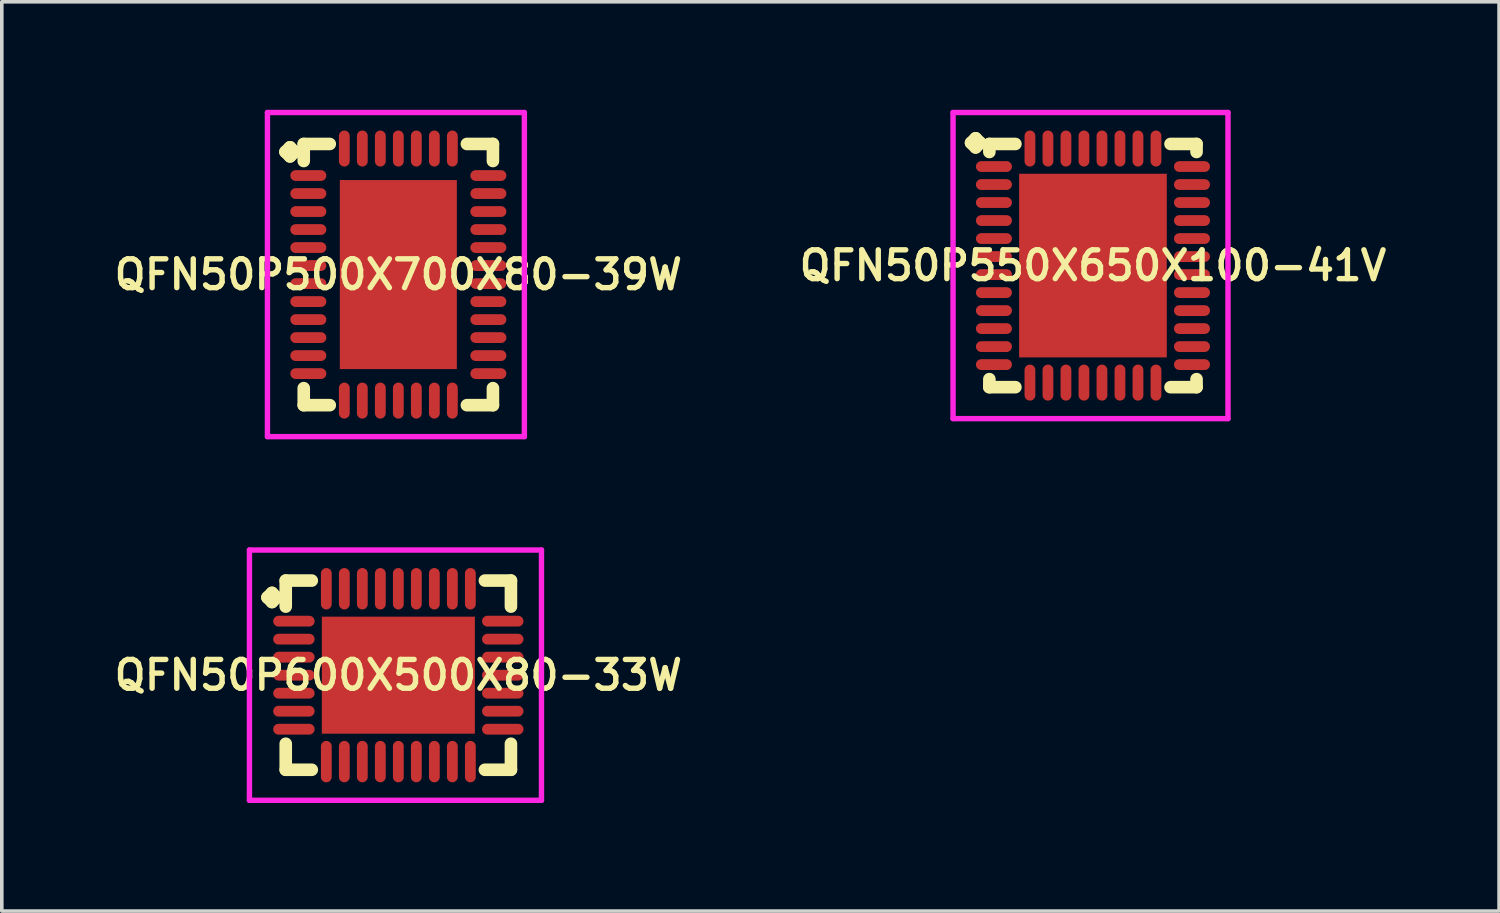
<source format=kicad_pcb>
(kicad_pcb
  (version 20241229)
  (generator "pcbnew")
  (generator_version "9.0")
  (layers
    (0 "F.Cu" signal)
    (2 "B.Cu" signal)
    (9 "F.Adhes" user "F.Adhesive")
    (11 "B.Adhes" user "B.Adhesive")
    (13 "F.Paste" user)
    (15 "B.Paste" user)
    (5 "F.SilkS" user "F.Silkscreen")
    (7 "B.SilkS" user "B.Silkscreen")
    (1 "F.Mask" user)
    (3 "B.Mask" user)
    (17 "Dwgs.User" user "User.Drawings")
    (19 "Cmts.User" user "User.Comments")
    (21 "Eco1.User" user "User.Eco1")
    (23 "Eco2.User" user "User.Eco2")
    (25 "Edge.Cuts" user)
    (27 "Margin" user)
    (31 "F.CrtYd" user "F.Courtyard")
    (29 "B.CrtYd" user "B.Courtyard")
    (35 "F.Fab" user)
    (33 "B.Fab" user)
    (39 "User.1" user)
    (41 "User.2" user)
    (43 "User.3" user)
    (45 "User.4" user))
  (footprint "QFN50P550X650X100-41V"
    (layer "F.Cu")
    (at 27.302 4.325)
    (property "Reference" "QFN50P550X650X100-41V" (at 0 0 0) (layer "F.SilkS") (effects (font (size 0.8 0.8) (thickness 0.15))))
    (attr smd)
    (fp_line (start -3.385 -3.408) (end -3.258 -3.535) (stroke (width 0.35) (type solid)) (layer "F.SilkS"))
    (fp_line (start -3.258 -3.535) (end -3.131 -3.408) (stroke (width 0.35) (type solid)) (layer "F.SilkS"))
    (fp_line (start -3.258 -3.281) (end -3.385 -3.408) (stroke (width 0.35) (type solid)) (layer "F.SilkS"))
    (fp_line (start -3.131 -3.408) (end -3.258 -3.281) (stroke (width 0.35) (type solid)) (layer "F.SilkS"))
    (fp_line (start -2.877 -3.377) (end -2.154 -3.377) (stroke (width 0.35) (type solid)) (layer "F.SilkS"))
    (fp_line (start -2.877 -3.154) (end -2.877 -3.377) (stroke (width 0.35) (type solid)) (layer "F.SilkS"))
    (fp_line (start -2.877 3.154) (end -2.877 3.377) (stroke (width 0.35) (type solid)) (layer "F.SilkS"))
    (fp_line (start -2.877 3.377) (end -2.154 3.377) (stroke (width 0.35) (type solid)) (layer "F.SilkS"))
    (fp_line (start 2.154 -3.377) (end 2.877 -3.377) (stroke (width 0.35) (type solid)) (layer "F.SilkS"))
    (fp_line (start 2.154 3.377) (end 2.877 3.377) (stroke (width 0.35) (type solid)) (layer "F.SilkS"))
    (fp_line (start 2.877 -3.377) (end 2.877 -3.154) (stroke (width 0.35) (type solid)) (layer "F.SilkS"))
    (fp_line (start 2.877 3.377) (end 2.877 3.154) (stroke (width 0.35) (type solid)) (layer "F.SilkS"))
    (fp_line (start -3.885 -4.25) (end 3.75 -4.25) (stroke (width 0.15) (type solid)) (layer "F.CrtYd"))
    (fp_line (start -3.885 4.25) (end -3.885 -4.25) (stroke (width 0.15) (type solid)) (layer "F.CrtYd"))
    (fp_line (start 3.75 -4.25) (end 3.75 4.25) (stroke (width 0.15) (type solid)) (layer "F.CrtYd"))
    (fp_line (start 3.75 4.25) (end -3.885 4.25) (stroke (width 0.15) (type solid)) (layer "F.CrtYd"))
    (pad "1" smd oval (at -2.75 -2.75) (size 1 0.3) (layers "F.Cu" "F.Mask" "F.Paste"))
    (pad "2" smd oval (at -2.75 -2.25) (size 1 0.3) (layers "F.Cu" "F.Mask" "F.Paste"))
    (pad "3" smd oval (at -2.75 -1.75) (size 1 0.3) (layers "F.Cu" "F.Mask" "F.Paste"))
    (pad "4" smd oval (at -2.75 -1.25) (size 1 0.3) (layers "F.Cu" "F.Mask" "F.Paste"))
    (pad "5" smd oval (at -2.75 -0.75) (size 1 0.3) (layers "F.Cu" "F.Mask" "F.Paste"))
    (pad "6" smd oval (at -2.75 -0.25) (size 1 0.3) (layers "F.Cu" "F.Mask" "F.Paste"))
    (pad "7" smd oval (at -2.75 0.25) (size 1 0.3) (layers "F.Cu" "F.Mask" "F.Paste"))
    (pad "8" smd oval (at -2.75 0.75) (size 1 0.3) (layers "F.Cu" "F.Mask" "F.Paste"))
    (pad "9" smd oval (at -2.75 1.25) (size 1 0.3) (layers "F.Cu" "F.Mask" "F.Paste"))
    (pad "10" smd oval (at -2.75 1.75) (size 1 0.3) (layers "F.Cu" "F.Mask" "F.Paste"))
    (pad "11" smd oval (at -2.75 2.25) (size 1 0.3) (layers "F.Cu" "F.Mask" "F.Paste"))
    (pad "12" smd oval (at -2.75 2.75) (size 1 0.3) (layers "F.Cu" "F.Mask" "F.Paste"))
    (pad "13" smd oval (at -1.75 3.25) (size 0.3 1) (layers "F.Cu" "F.Mask" "F.Paste"))
    (pad "14" smd oval (at -1.25 3.25) (size 0.3 1) (layers "F.Cu" "F.Mask" "F.Paste"))
    (pad "15" smd oval (at -0.75 3.25) (size 0.3 1) (layers "F.Cu" "F.Mask" "F.Paste"))
    (pad "16" smd oval (at -0.25 3.25) (size 0.3 1) (layers "F.Cu" "F.Mask" "F.Paste"))
    (pad "17" smd oval (at 0.25 3.25) (size 0.3 1) (layers "F.Cu" "F.Mask" "F.Paste"))
    (pad "18" smd oval (at 0.75 3.25) (size 0.3 1) (layers "F.Cu" "F.Mask" "F.Paste"))
    (pad "19" smd oval (at 1.25 3.25) (size 0.3 1) (layers "F.Cu" "F.Mask" "F.Paste"))
    (pad "20" smd oval (at 1.75 3.25) (size 0.3 1) (layers "F.Cu" "F.Mask" "F.Paste"))
    (pad "21" smd oval (at 2.75 2.75) (size 1 0.3) (layers "F.Cu" "F.Mask" "F.Paste"))
    (pad "22" smd oval (at 2.75 2.25) (size 1 0.3) (layers "F.Cu" "F.Mask" "F.Paste"))
    (pad "23" smd oval (at 2.75 1.75) (size 1 0.3) (layers "F.Cu" "F.Mask" "F.Paste"))
    (pad "24" smd oval (at 2.75 1.25) (size 1 0.3) (layers "F.Cu" "F.Mask" "F.Paste"))
    (pad "25" smd oval (at 2.75 0.75) (size 1 0.3) (layers "F.Cu" "F.Mask" "F.Paste"))
    (pad "26" smd oval (at 2.75 0.25) (size 1 0.3) (layers "F.Cu" "F.Mask" "F.Paste"))
    (pad "27" smd oval (at 2.75 -0.25) (size 1 0.3) (layers "F.Cu" "F.Mask" "F.Paste"))
    (pad "28" smd oval (at 2.75 -0.75) (size 1 0.3) (layers "F.Cu" "F.Mask" "F.Paste"))
    (pad "29" smd oval (at 2.75 -1.25) (size 1 0.3) (layers "F.Cu" "F.Mask" "F.Paste"))
    (pad "30" smd oval (at 2.75 -1.75) (size 1 0.3) (layers "F.Cu" "F.Mask" "F.Paste"))
    (pad "31" smd oval (at 2.75 -2.25) (size 1 0.3) (layers "F.Cu" "F.Mask" "F.Paste"))
    (pad "32" smd oval (at 2.75 -2.75) (size 1 0.3) (layers "F.Cu" "F.Mask" "F.Paste"))
    (pad "33" smd oval (at 1.75 -3.25) (size 0.3 1) (layers "F.Cu" "F.Mask" "F.Paste"))
    (pad "34" smd oval (at 1.25 -3.25) (size 0.3 1) (layers "F.Cu" "F.Mask" "F.Paste"))
    (pad "35" smd oval (at 0.75 -3.25) (size 0.3 1) (layers "F.Cu" "F.Mask" "F.Paste"))
    (pad "36" smd oval (at 0.25 -3.25) (size 0.3 1) (layers "F.Cu" "F.Mask" "F.Paste"))
    (pad "37" smd oval (at -0.25 -3.25) (size 0.3 1) (layers "F.Cu" "F.Mask" "F.Paste"))
    (pad "38" smd oval (at -0.75 -3.25) (size 0.3 1) (layers "F.Cu" "F.Mask" "F.Paste"))
    (pad "39" smd oval (at -1.25 -3.25) (size 0.3 1) (layers "F.Cu" "F.Mask" "F.Paste"))
    (pad "40" smd oval (at -1.75 -3.25) (size 0.3 1) (layers "F.Cu" "F.Mask" "F.Paste"))
    (pad "41" smd rect (at 0 0) (size 4.1 5.1) (layers "F.Cu" "F.Mask" "F.Paste")))
  (footprint "QFN50P500X700X80-39W"
    (layer "F.Cu")
    (at 8.012 4.575)
    (property "Reference" "QFN50P500X700X80-39W" (at 0 0 0) (layer "F.SilkS") (effects (font (size 0.8 0.8) (thickness 0.15))))
    (attr smd)
    (fp_line (start -3.135 -3.408) (end -3.008 -3.535) (stroke (width 0.35) (type solid)) (layer "F.SilkS"))
    (fp_line (start -3.008 -3.535) (end -2.881 -3.408) (stroke (width 0.35) (type solid)) (layer "F.SilkS"))
    (fp_line (start -3.008 -3.281) (end -3.135 -3.408) (stroke (width 0.35) (type solid)) (layer "F.SilkS"))
    (fp_line (start -2.881 -3.408) (end -3.008 -3.281) (stroke (width 0.35) (type solid)) (layer "F.SilkS"))
    (fp_line (start -2.627 -3.627) (end -1.904 -3.627) (stroke (width 0.35) (type solid)) (layer "F.SilkS"))
    (fp_line (start -2.627 -3.154) (end -2.627 -3.627) (stroke (width 0.35) (type solid)) (layer "F.SilkS"))
    (fp_line (start -2.627 3.154) (end -2.627 3.627) (stroke (width 0.35) (type solid)) (layer "F.SilkS"))
    (fp_line (start -2.627 3.627) (end -1.904 3.627) (stroke (width 0.35) (type solid)) (layer "F.SilkS"))
    (fp_line (start 1.904 -3.627) (end 2.627 -3.627) (stroke (width 0.35) (type solid)) (layer "F.SilkS"))
    (fp_line (start 1.904 3.627) (end 2.627 3.627) (stroke (width 0.35) (type solid)) (layer "F.SilkS"))
    (fp_line (start 2.627 -3.627) (end 2.627 -3.154) (stroke (width 0.35) (type solid)) (layer "F.SilkS"))
    (fp_line (start 2.627 3.627) (end 2.627 3.154) (stroke (width 0.35) (type solid)) (layer "F.SilkS"))
    (fp_line (start -3.635 -4.5) (end 3.5 -4.5) (stroke (width 0.15) (type solid)) (layer "F.CrtYd"))
    (fp_line (start -3.635 4.5) (end -3.635 -4.5) (stroke (width 0.15) (type solid)) (layer "F.CrtYd"))
    (fp_line (start 3.5 -4.5) (end 3.5 4.5) (stroke (width 0.15) (type solid)) (layer "F.CrtYd"))
    (fp_line (start 3.5 4.5) (end -3.635 4.5) (stroke (width 0.15) (type solid)) (layer "F.CrtYd"))
    (pad "1" smd oval (at -2.5 -2.75) (size 1 0.3) (layers "F.Cu" "F.Mask" "F.Paste"))
    (pad "2" smd oval (at -2.5 -2.25) (size 1 0.3) (layers "F.Cu" "F.Mask" "F.Paste"))
    (pad "3" smd oval (at -2.5 -1.75) (size 1 0.3) (layers "F.Cu" "F.Mask" "F.Paste"))
    (pad "4" smd oval (at -2.5 -1.25) (size 1 0.3) (layers "F.Cu" "F.Mask" "F.Paste"))
    (pad "5" smd oval (at -2.5 -0.75) (size 1 0.3) (layers "F.Cu" "F.Mask" "F.Paste"))
    (pad "6" smd oval (at -2.5 -0.25) (size 1 0.3) (layers "F.Cu" "F.Mask" "F.Paste"))
    (pad "7" smd oval (at -2.5 0.25) (size 1 0.3) (layers "F.Cu" "F.Mask" "F.Paste"))
    (pad "8" smd oval (at -2.5 0.75) (size 1 0.3) (layers "F.Cu" "F.Mask" "F.Paste"))
    (pad "9" smd oval (at -2.5 1.25) (size 1 0.3) (layers "F.Cu" "F.Mask" "F.Paste"))
    (pad "10" smd oval (at -2.5 1.75) (size 1 0.3) (layers "F.Cu" "F.Mask" "F.Paste"))
    (pad "11" smd oval (at -2.5 2.25) (size 1 0.3) (layers "F.Cu" "F.Mask" "F.Paste"))
    (pad "12" smd oval (at -2.5 2.75) (size 1 0.3) (layers "F.Cu" "F.Mask" "F.Paste"))
    (pad "13" smd oval (at -1.5 3.5) (size 0.3 1) (layers "F.Cu" "F.Mask" "F.Paste"))
    (pad "14" smd oval (at -1 3.5) (size 0.3 1) (layers "F.Cu" "F.Mask" "F.Paste"))
    (pad "15" smd oval (at -0.5 3.5) (size 0.3 1) (layers "F.Cu" "F.Mask" "F.Paste"))
    (pad "16" smd oval (at 0 3.5) (size 0.3 1) (layers "F.Cu" "F.Mask" "F.Paste"))
    (pad "17" smd oval (at 0.5 3.5) (size 0.3 1) (layers "F.Cu" "F.Mask" "F.Paste"))
    (pad "18" smd oval (at 1 3.5) (size 0.3 1) (layers "F.Cu" "F.Mask" "F.Paste"))
    (pad "19" smd oval (at 1.5 3.5) (size 0.3 1) (layers "F.Cu" "F.Mask" "F.Paste"))
    (pad "20" smd oval (at 2.5 2.75) (size 1 0.3) (layers "F.Cu" "F.Mask" "F.Paste"))
    (pad "21" smd oval (at 2.5 2.25) (size 1 0.3) (layers "F.Cu" "F.Mask" "F.Paste"))
    (pad "22" smd oval (at 2.5 1.75) (size 1 0.3) (layers "F.Cu" "F.Mask" "F.Paste"))
    (pad "23" smd oval (at 2.5 1.25) (size 1 0.3) (layers "F.Cu" "F.Mask" "F.Paste"))
    (pad "24" smd oval (at 2.5 0.75) (size 1 0.3) (layers "F.Cu" "F.Mask" "F.Paste"))
    (pad "25" smd oval (at 2.5 0.25) (size 1 0.3) (layers "F.Cu" "F.Mask" "F.Paste"))
    (pad "26" smd oval (at 2.5 -0.25) (size 1 0.3) (layers "F.Cu" "F.Mask" "F.Paste"))
    (pad "27" smd oval (at 2.5 -0.75) (size 1 0.3) (layers "F.Cu" "F.Mask" "F.Paste"))
    (pad "28" smd oval (at 2.5 -1.25) (size 1 0.3) (layers "F.Cu" "F.Mask" "F.Paste"))
    (pad "29" smd oval (at 2.5 -1.75) (size 1 0.3) (layers "F.Cu" "F.Mask" "F.Paste"))
    (pad "30" smd oval (at 2.5 -2.25) (size 1 0.3) (layers "F.Cu" "F.Mask" "F.Paste"))
    (pad "31" smd oval (at 2.5 -2.75) (size 1 0.3) (layers "F.Cu" "F.Mask" "F.Paste"))
    (pad "32" smd oval (at 1.5 -3.5) (size 0.3 1) (layers "F.Cu" "F.Mask" "F.Paste"))
    (pad "33" smd oval (at 1 -3.5) (size 0.3 1) (layers "F.Cu" "F.Mask" "F.Paste"))
    (pad "34" smd oval (at 0.5 -3.5) (size 0.3 1) (layers "F.Cu" "F.Mask" "F.Paste"))
    (pad "35" smd oval (at 0 -3.5) (size 0.3 1) (layers "F.Cu" "F.Mask" "F.Paste"))
    (pad "36" smd oval (at -0.5 -3.5) (size 0.3 1) (layers "F.Cu" "F.Mask" "F.Paste"))
    (pad "37" smd oval (at -1 -3.5) (size 0.3 1) (layers "F.Cu" "F.Mask" "F.Paste"))
    (pad "38" smd oval (at -1.5 -3.5) (size 0.3 1) (layers "F.Cu" "F.Mask" "F.Paste"))
    (pad "39" smd rect (at 0 0) (size 3.25 5.25) (layers "F.Cu" "F.Mask" "F.Paste")))
  (footprint "QFN50P600X500X80-33W"
    (layer "F.Cu")
    (at 8.012 15.7)
    (property "Reference" "QFN50P600X500X80-33W" (at 0 0 0) (layer "F.SilkS") (effects (font (size 0.8 0.8) (thickness 0.15))))
    (attr smd)
    (fp_line (start -3.635 -2.158) (end -3.508 -2.285) (stroke (width 0.35) (type solid)) (layer "F.SilkS"))
    (fp_line (start -3.508 -2.285) (end -3.381 -2.158) (stroke (width 0.35) (type solid)) (layer "F.SilkS"))
    (fp_line (start -3.508 -2.031) (end -3.635 -2.158) (stroke (width 0.35) (type solid)) (layer "F.SilkS"))
    (fp_line (start -3.381 -2.158) (end -3.508 -2.031) (stroke (width 0.35) (type solid)) (layer "F.SilkS"))
    (fp_line (start -3.127 -2.627) (end -2.404 -2.627) (stroke (width 0.35) (type solid)) (layer "F.SilkS"))
    (fp_line (start -3.127 -1.904) (end -3.127 -2.627) (stroke (width 0.35) (type solid)) (layer "F.SilkS"))
    (fp_line (start -3.127 1.904) (end -3.127 2.627) (stroke (width 0.35) (type solid)) (layer "F.SilkS"))
    (fp_line (start -3.127 2.627) (end -2.404 2.627) (stroke (width 0.35) (type solid)) (layer "F.SilkS"))
    (fp_line (start 2.404 -2.627) (end 3.127 -2.627) (stroke (width 0.35) (type solid)) (layer "F.SilkS"))
    (fp_line (start 2.404 2.627) (end 3.127 2.627) (stroke (width 0.35) (type solid)) (layer "F.SilkS"))
    (fp_line (start 3.127 -2.627) (end 3.127 -1.904) (stroke (width 0.35) (type solid)) (layer "F.SilkS"))
    (fp_line (start 3.127 2.627) (end 3.127 1.904) (stroke (width 0.35) (type solid)) (layer "F.SilkS"))
    (fp_line (start -4.135 -3.475) (end 3.975 -3.475) (stroke (width 0.15) (type solid)) (layer "F.CrtYd"))
    (fp_line (start -4.135 3.475) (end -4.135 -3.475) (stroke (width 0.15) (type solid)) (layer "F.CrtYd"))
    (fp_line (start 3.975 -3.475) (end 3.975 3.475) (stroke (width 0.15) (type solid)) (layer "F.CrtYd"))
    (fp_line (start 3.975 3.475) (end -4.135 3.475) (stroke (width 0.15) (type solid)) (layer "F.CrtYd"))
    (pad "1" smd oval (at -2.9 -1.5) (size 1.15 0.3) (layers "F.Cu" "F.Mask" "F.Paste"))
    (pad "2" smd oval (at -2.9 -1) (size 1.15 0.3) (layers "F.Cu" "F.Mask" "F.Paste"))
    (pad "3" smd oval (at -2.9 -0.5) (size 1.15 0.3) (layers "F.Cu" "F.Mask" "F.Paste"))
    (pad "4" smd oval (at -2.9 0) (size 1.15 0.3) (layers "F.Cu" "F.Mask" "F.Paste"))
    (pad "5" smd oval (at -2.9 0.5) (size 1.15 0.3) (layers "F.Cu" "F.Mask" "F.Paste"))
    (pad "6" smd oval (at -2.9 1) (size 1.15 0.3) (layers "F.Cu" "F.Mask" "F.Paste"))
    (pad "7" smd oval (at -2.9 1.5) (size 1.15 0.3) (layers "F.Cu" "F.Mask" "F.Paste"))
    (pad "8" smd oval (at -2 2.4) (size 0.3 1.15) (layers "F.Cu" "F.Mask" "F.Paste"))
    (pad "9" smd oval (at -1.5 2.4) (size 0.3 1.15) (layers "F.Cu" "F.Mask" "F.Paste"))
    (pad "10" smd oval (at -1 2.4) (size 0.3 1.15) (layers "F.Cu" "F.Mask" "F.Paste"))
    (pad "11" smd oval (at -0.5 2.4) (size 0.3 1.15) (layers "F.Cu" "F.Mask" "F.Paste"))
    (pad "12" smd oval (at 0 2.4) (size 0.3 1.15) (layers "F.Cu" "F.Mask" "F.Paste"))
    (pad "13" smd oval (at 0.5 2.4) (size 0.3 1.15) (layers "F.Cu" "F.Mask" "F.Paste"))
    (pad "14" smd oval (at 1 2.4) (size 0.3 1.15) (layers "F.Cu" "F.Mask" "F.Paste"))
    (pad "15" smd oval (at 1.5 2.4) (size 0.3 1.15) (layers "F.Cu" "F.Mask" "F.Paste"))
    (pad "16" smd oval (at 2 2.4) (size 0.3 1.15) (layers "F.Cu" "F.Mask" "F.Paste"))
    (pad "17" smd oval (at 2.9 1.5) (size 1.15 0.3) (layers "F.Cu" "F.Mask" "F.Paste"))
    (pad "18" smd oval (at 2.9 1) (size 1.15 0.3) (layers "F.Cu" "F.Mask" "F.Paste"))
    (pad "19" smd oval (at 2.9 0.5) (size 1.15 0.3) (layers "F.Cu" "F.Mask" "F.Paste"))
    (pad "20" smd oval (at 2.9 0) (size 1.15 0.3) (layers "F.Cu" "F.Mask" "F.Paste"))
    (pad "21" smd oval (at 2.9 -0.5) (size 1.15 0.3) (layers "F.Cu" "F.Mask" "F.Paste"))
    (pad "22" smd oval (at 2.9 -1) (size 1.15 0.3) (layers "F.Cu" "F.Mask" "F.Paste"))
    (pad "23" smd oval (at 2.9 -1.5) (size 1.15 0.3) (layers "F.Cu" "F.Mask" "F.Paste"))
    (pad "24" smd oval (at 2 -2.4) (size 0.3 1.15) (layers "F.Cu" "F.Mask" "F.Paste"))
    (pad "25" smd oval (at 1.5 -2.4) (size 0.3 1.15) (layers "F.Cu" "F.Mask" "F.Paste"))
    (pad "26" smd oval (at 1 -2.4) (size 0.3 1.15) (layers "F.Cu" "F.Mask" "F.Paste"))
    (pad "27" smd oval (at 0.5 -2.4) (size 0.3 1.15) (layers "F.Cu" "F.Mask" "F.Paste"))
    (pad "28" smd oval (at 0 -2.4) (size 0.3 1.15) (layers "F.Cu" "F.Mask" "F.Paste"))
    (pad "29" smd oval (at -0.5 -2.4) (size 0.3 1.15) (layers "F.Cu" "F.Mask" "F.Paste"))
    (pad "30" smd oval (at -1 -2.4) (size 0.3 1.15) (layers "F.Cu" "F.Mask" "F.Paste"))
    (pad "31" smd oval (at -1.5 -2.4) (size 0.3 1.15) (layers "F.Cu" "F.Mask" "F.Paste"))
    (pad "32" smd oval (at -2 -2.4) (size 0.3 1.15) (layers "F.Cu" "F.Mask" "F.Paste"))
    (pad "33" smd rect (at 0 0) (size 4.25 3.25) (layers "F.Cu" "F.Mask" "F.Paste")))
  (gr_rect
    (start -3 -3)
    (end 38.58 22.25)
    (stroke (width 0.1) (type default))
    (fill no)
    (layer "Edge.Cuts")))
</source>
